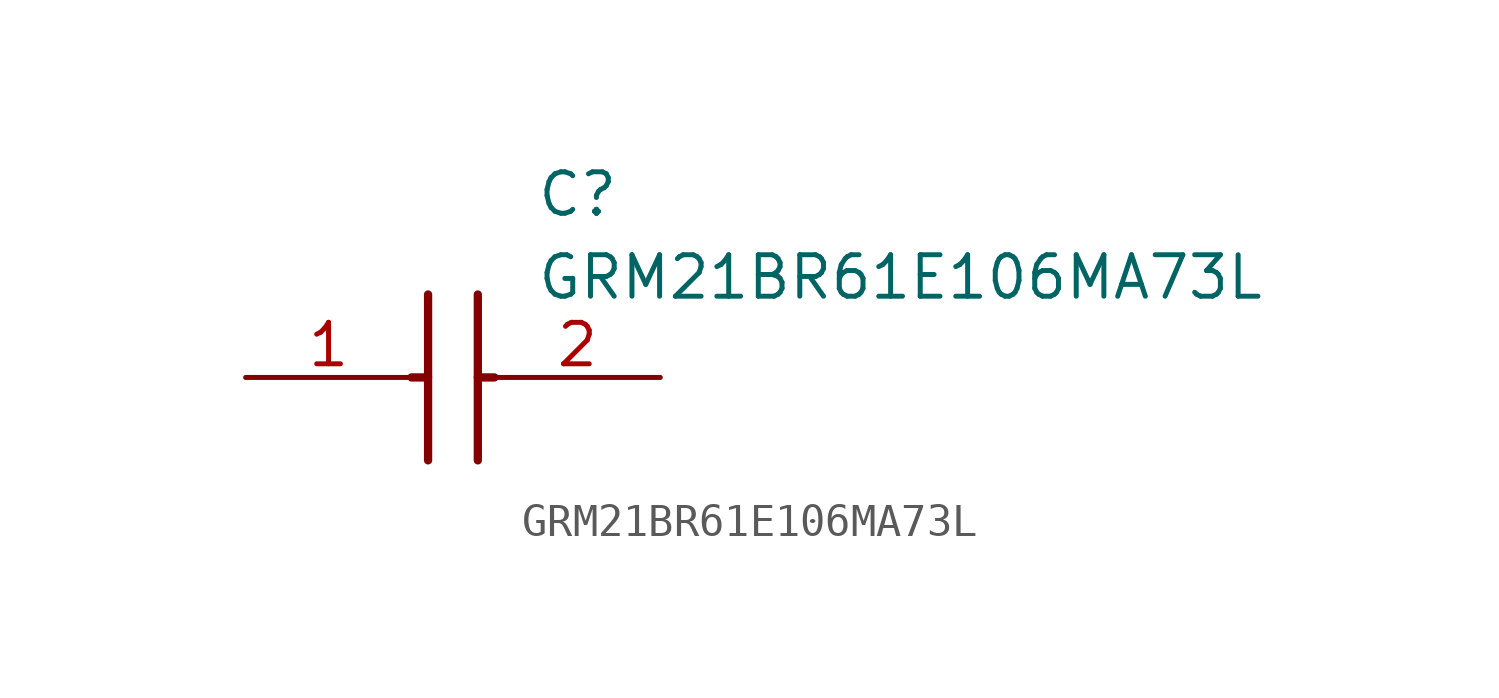
<source format=kicad_sym>
(kicad_symbol_lib
  (version 20211014)
  (generator SamacSys_ECAD_Model)
  (symbol "GRM21BR61E106MA73L"
    (pin_names hide)
    (property "Reference" "C"
      (at 8.89 6.35 0)
      (effects (font (size 1.27 1.27)) (justify left top)))
    (property "Value" "GRM21BR61E106MA73L"
      (at 8.89 3.81 0)
      (effects (font (size 1.27 1.27)) (justify left top)))
    (polyline
      (pts (xy 5.588 2.54) (xy 5.588 -2.54))
      (stroke (width 0.254) (type default))
      (fill (type none)))
    (polyline
      (pts (xy 7.112 2.54) (xy 7.112 -2.54))
      (stroke (width 0.254) (type default))
      (fill (type none)))
    (polyline
      (pts (xy 5.08 0) (xy 5.588 0))
      (stroke (width 0.254) (type default))
      (fill (type none)))
    (polyline
      (pts (xy 7.112 0) (xy 7.62 0))
      (stroke (width 0.254) (type default))
      (fill (type none)))
    (pin passive line
      (at 0 0 0)
      (length 5.08)
      (name "1" (effects (font (size 1.27 1.27))))
      (number "1" (effects (font (size 1.27 1.27)))))
    (pin passive line
      (at 12.7 0 180)
      (length 5.08)
      (name "2" (effects (font (size 1.27 1.27))))
      (number "2" (effects (font (size 1.27 1.27)))))))
</source>
